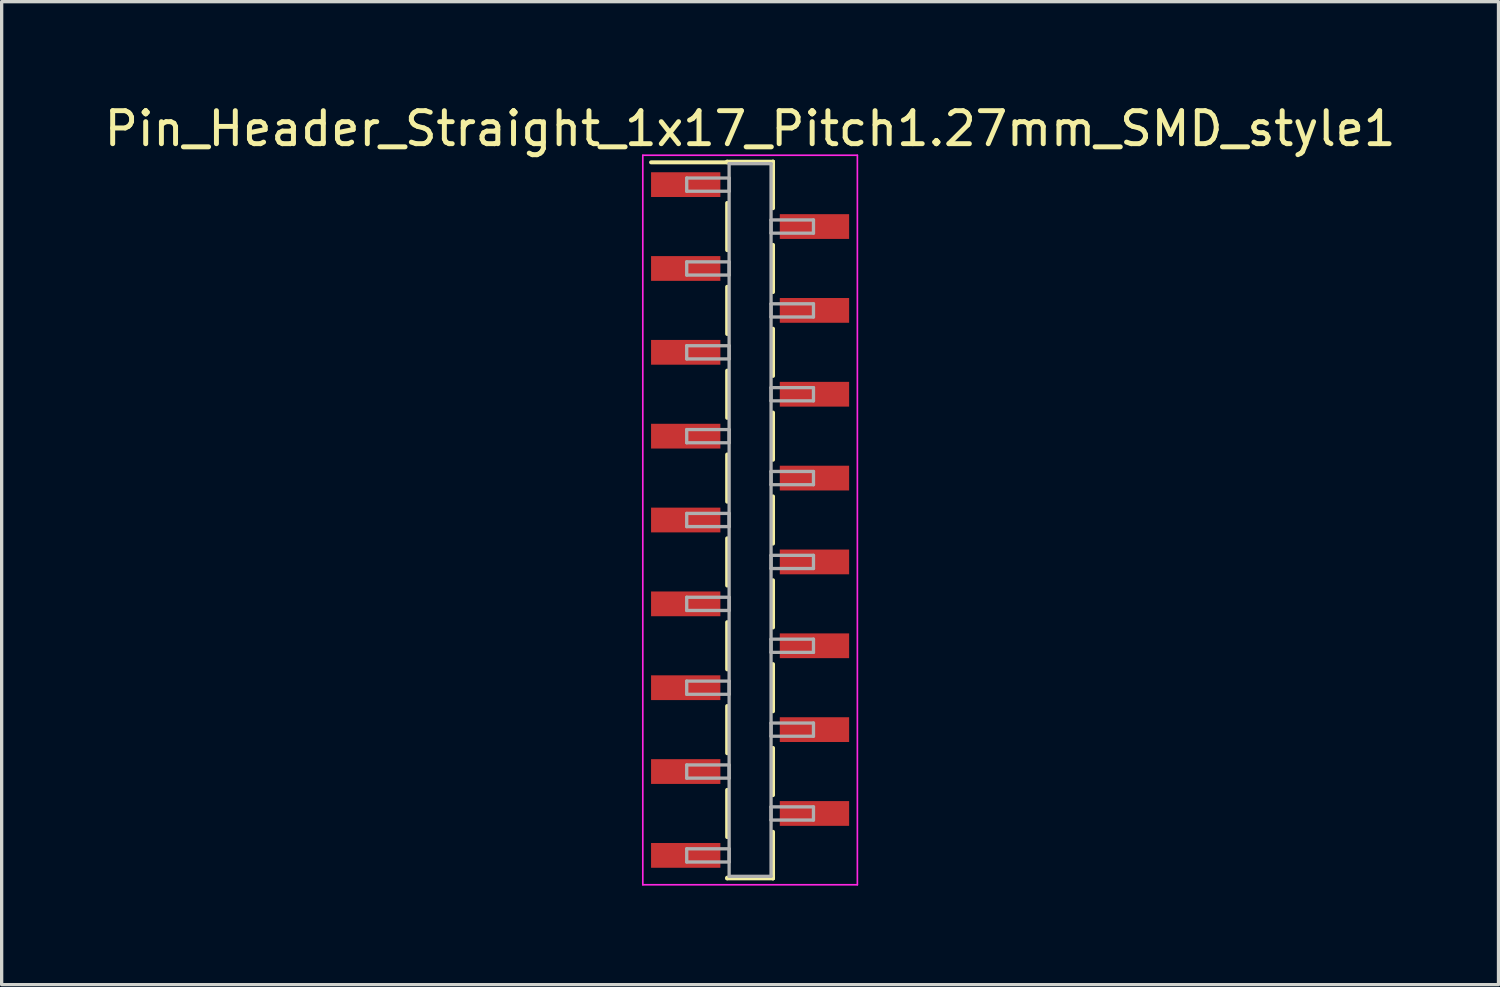
<source format=kicad_pcb>
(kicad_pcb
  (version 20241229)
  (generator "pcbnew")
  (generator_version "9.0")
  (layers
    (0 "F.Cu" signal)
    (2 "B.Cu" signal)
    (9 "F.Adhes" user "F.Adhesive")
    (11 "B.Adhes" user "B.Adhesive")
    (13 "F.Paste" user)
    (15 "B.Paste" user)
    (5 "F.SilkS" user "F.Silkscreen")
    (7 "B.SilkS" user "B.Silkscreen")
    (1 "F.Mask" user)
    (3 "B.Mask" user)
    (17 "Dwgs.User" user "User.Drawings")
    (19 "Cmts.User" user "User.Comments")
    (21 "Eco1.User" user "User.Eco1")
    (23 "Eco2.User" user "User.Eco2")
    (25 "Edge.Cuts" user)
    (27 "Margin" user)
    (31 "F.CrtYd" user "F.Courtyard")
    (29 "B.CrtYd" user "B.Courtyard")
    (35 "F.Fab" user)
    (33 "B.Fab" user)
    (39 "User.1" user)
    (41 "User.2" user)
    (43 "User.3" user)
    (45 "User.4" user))
  (footprint "Pin_Header_Straight_1x17_Pitch1.27mm_SMD_style1"
    (layer "F.Cu")
    (at 19.673 12.703)
    (property "Reference" "Pin_Header_Straight_1x17_Pitch1.27mm_SMD_style1" (at 0 -11.855 0) (layer "F.SilkS") (effects (font (size 1 1) (thickness 0.15))))
    (attr smd)
    (fp_line (start -0.695 -10.855) (end 0.695 -10.855) (stroke (width 0.12) (type solid)) (layer "F.SilkS"))
    (fp_line (start -0.695 -10.835) (end -3 -10.835) (stroke (width 0.12) (type solid)) (layer "F.SilkS"))
    (fp_line (start -0.695 -10.835) (end -0.695 -10.855) (stroke (width 0.12) (type solid)) (layer "F.SilkS"))
    (fp_line (start -0.695 -9.605) (end -0.695 -8.175) (stroke (width 0.12) (type solid)) (layer "F.SilkS"))
    (fp_line (start -0.695 -7.065) (end -0.695 -5.635) (stroke (width 0.12) (type solid)) (layer "F.SilkS"))
    (fp_line (start -0.695 -4.525) (end -0.695 -3.095) (stroke (width 0.12) (type solid)) (layer "F.SilkS"))
    (fp_line (start -0.695 -1.985) (end -0.695 -0.555) (stroke (width 0.12) (type solid)) (layer "F.SilkS"))
    (fp_line (start -0.695 0.555) (end -0.695 1.985) (stroke (width 0.12) (type solid)) (layer "F.SilkS"))
    (fp_line (start -0.695 3.095) (end -0.695 4.525) (stroke (width 0.12) (type solid)) (layer "F.SilkS"))
    (fp_line (start -0.695 5.635) (end -0.695 7.065) (stroke (width 0.12) (type solid)) (layer "F.SilkS"))
    (fp_line (start -0.695 8.175) (end -0.695 9.605) (stroke (width 0.12) (type solid)) (layer "F.SilkS"))
    (fp_line (start -0.695 10.835) (end -0.695 10.855) (stroke (width 0.12) (type solid)) (layer "F.SilkS"))
    (fp_line (start -0.695 10.855) (end 0.695 10.855) (stroke (width 0.12) (type solid)) (layer "F.SilkS"))
    (fp_line (start 0.695 -10.855) (end 0.695 -10.835) (stroke (width 0.12) (type solid)) (layer "F.SilkS"))
    (fp_line (start 0.695 -10.855) (end 0.695 -9.445) (stroke (width 0.12) (type solid)) (layer "F.SilkS"))
    (fp_line (start 0.695 -8.335) (end 0.695 -6.905) (stroke (width 0.12) (type solid)) (layer "F.SilkS"))
    (fp_line (start 0.695 -5.795) (end 0.695 -4.365) (stroke (width 0.12) (type solid)) (layer "F.SilkS"))
    (fp_line (start 0.695 -3.255) (end 0.695 -1.825) (stroke (width 0.12) (type solid)) (layer "F.SilkS"))
    (fp_line (start 0.695 -0.715) (end 0.695 0.715) (stroke (width 0.12) (type solid)) (layer "F.SilkS"))
    (fp_line (start 0.695 1.825) (end 0.695 3.255) (stroke (width 0.12) (type solid)) (layer "F.SilkS"))
    (fp_line (start 0.695 4.365) (end 0.695 5.795) (stroke (width 0.12) (type solid)) (layer "F.SilkS"))
    (fp_line (start 0.695 6.905) (end 0.695 8.335) (stroke (width 0.12) (type solid)) (layer "F.SilkS"))
    (fp_line (start 0.695 9.445) (end 0.695 10.855) (stroke (width 0.12) (type solid)) (layer "F.SilkS"))
    (fp_line (start 0.695 10.855) (end 0.695 10.835) (stroke (width 0.12) (type solid)) (layer "F.SilkS"))
    (fp_line (start -3.25 -11.05) (end -3.25 11.05) (stroke (width 0.05) (type solid)) (layer "F.CrtYd"))
    (fp_line (start -3.25 11.05) (end 3.25 11.05) (stroke (width 0.05) (type solid)) (layer "F.CrtYd"))
    (fp_line (start 3.25 -11.05) (end -3.25 -11.05) (stroke (width 0.05) (type solid)) (layer "F.CrtYd"))
    (fp_line (start 3.25 11.05) (end 3.25 -11.05) (stroke (width 0.05) (type solid)) (layer "F.CrtYd"))
    (fp_line (start -1.92 -10.36) (end -0.635 -10.36) (stroke (width 0.1) (type solid)) (layer "F.Fab"))
    (fp_line (start -1.92 -9.96) (end -1.92 -10.36) (stroke (width 0.1) (type solid)) (layer "F.Fab"))
    (fp_line (start -1.92 -7.82) (end -0.635 -7.82) (stroke (width 0.1) (type solid)) (layer "F.Fab"))
    (fp_line (start -1.92 -7.42) (end -1.92 -7.82) (stroke (width 0.1) (type solid)) (layer "F.Fab"))
    (fp_line (start -1.92 -5.28) (end -0.635 -5.28) (stroke (width 0.1) (type solid)) (layer "F.Fab"))
    (fp_line (start -1.92 -4.88) (end -1.92 -5.28) (stroke (width 0.1) (type solid)) (layer "F.Fab"))
    (fp_line (start -1.92 -2.74) (end -0.635 -2.74) (stroke (width 0.1) (type solid)) (layer "F.Fab"))
    (fp_line (start -1.92 -2.34) (end -1.92 -2.74) (stroke (width 0.1) (type solid)) (layer "F.Fab"))
    (fp_line (start -1.92 -0.2) (end -0.635 -0.2) (stroke (width 0.1) (type solid)) (layer "F.Fab"))
    (fp_line (start -1.92 0.2) (end -1.92 -0.2) (stroke (width 0.1) (type solid)) (layer "F.Fab"))
    (fp_line (start -1.92 2.34) (end -0.635 2.34) (stroke (width 0.1) (type solid)) (layer "F.Fab"))
    (fp_line (start -1.92 2.74) (end -1.92 2.34) (stroke (width 0.1) (type solid)) (layer "F.Fab"))
    (fp_line (start -1.92 4.88) (end -0.635 4.88) (stroke (width 0.1) (type solid)) (layer "F.Fab"))
    (fp_line (start -1.92 5.28) (end -1.92 4.88) (stroke (width 0.1) (type solid)) (layer "F.Fab"))
    (fp_line (start -1.92 7.42) (end -0.635 7.42) (stroke (width 0.1) (type solid)) (layer "F.Fab"))
    (fp_line (start -1.92 7.82) (end -1.92 7.42) (stroke (width 0.1) (type solid)) (layer "F.Fab"))
    (fp_line (start -1.92 9.96) (end -0.635 9.96) (stroke (width 0.1) (type solid)) (layer "F.Fab"))
    (fp_line (start -1.92 10.36) (end -1.92 9.96) (stroke (width 0.1) (type solid)) (layer "F.Fab"))
    (fp_line (start -0.635 -10.795) (end -0.635 10.795) (stroke (width 0.1) (type solid)) (layer "F.Fab"))
    (fp_line (start -0.635 -10.36) (end -0.635 -9.96) (stroke (width 0.1) (type solid)) (layer "F.Fab"))
    (fp_line (start -0.635 -9.96) (end -1.92 -9.96) (stroke (width 0.1) (type solid)) (layer "F.Fab"))
    (fp_line (start -0.635 -7.82) (end -0.635 -7.42) (stroke (width 0.1) (type solid)) (layer "F.Fab"))
    (fp_line (start -0.635 -7.42) (end -1.92 -7.42) (stroke (width 0.1) (type solid)) (layer "F.Fab"))
    (fp_line (start -0.635 -5.28) (end -0.635 -4.88) (stroke (width 0.1) (type solid)) (layer "F.Fab"))
    (fp_line (start -0.635 -4.88) (end -1.92 -4.88) (stroke (width 0.1) (type solid)) (layer "F.Fab"))
    (fp_line (start -0.635 -2.74) (end -0.635 -2.34) (stroke (width 0.1) (type solid)) (layer "F.Fab"))
    (fp_line (start -0.635 -2.34) (end -1.92 -2.34) (stroke (width 0.1) (type solid)) (layer "F.Fab"))
    (fp_line (start -0.635 -0.2) (end -0.635 0.2) (stroke (width 0.1) (type solid)) (layer "F.Fab"))
    (fp_line (start -0.635 0.2) (end -1.92 0.2) (stroke (width 0.1) (type solid)) (layer "F.Fab"))
    (fp_line (start -0.635 2.34) (end -0.635 2.74) (stroke (width 0.1) (type solid)) (layer "F.Fab"))
    (fp_line (start -0.635 2.74) (end -1.92 2.74) (stroke (width 0.1) (type solid)) (layer "F.Fab"))
    (fp_line (start -0.635 4.88) (end -0.635 5.28) (stroke (width 0.1) (type solid)) (layer "F.Fab"))
    (fp_line (start -0.635 5.28) (end -1.92 5.28) (stroke (width 0.1) (type solid)) (layer "F.Fab"))
    (fp_line (start -0.635 7.42) (end -0.635 7.82) (stroke (width 0.1) (type solid)) (layer "F.Fab"))
    (fp_line (start -0.635 7.82) (end -1.92 7.82) (stroke (width 0.1) (type solid)) (layer "F.Fab"))
    (fp_line (start -0.635 9.96) (end -0.635 10.36) (stroke (width 0.1) (type solid)) (layer "F.Fab"))
    (fp_line (start -0.635 10.36) (end -1.92 10.36) (stroke (width 0.1) (type solid)) (layer "F.Fab"))
    (fp_line (start -0.635 10.795) (end 0.635 10.795) (stroke (width 0.1) (type solid)) (layer "F.Fab"))
    (fp_line (start 0.635 -10.795) (end -0.635 -10.795) (stroke (width 0.1) (type solid)) (layer "F.Fab"))
    (fp_line (start 0.635 -9.09) (end 0.635 -8.69) (stroke (width 0.1) (type solid)) (layer "F.Fab"))
    (fp_line (start 0.635 -8.69) (end 1.92 -8.69) (stroke (width 0.1) (type solid)) (layer "F.Fab"))
    (fp_line (start 0.635 -6.55) (end 0.635 -6.15) (stroke (width 0.1) (type solid)) (layer "F.Fab"))
    (fp_line (start 0.635 -6.15) (end 1.92 -6.15) (stroke (width 0.1) (type solid)) (layer "F.Fab"))
    (fp_line (start 0.635 -4.01) (end 0.635 -3.61) (stroke (width 0.1) (type solid)) (layer "F.Fab"))
    (fp_line (start 0.635 -3.61) (end 1.92 -3.61) (stroke (width 0.1) (type solid)) (layer "F.Fab"))
    (fp_line (start 0.635 -1.47) (end 0.635 -1.07) (stroke (width 0.1) (type solid)) (layer "F.Fab"))
    (fp_line (start 0.635 -1.07) (end 1.92 -1.07) (stroke (width 0.1) (type solid)) (layer "F.Fab"))
    (fp_line (start 0.635 1.07) (end 0.635 1.47) (stroke (width 0.1) (type solid)) (layer "F.Fab"))
    (fp_line (start 0.635 1.47) (end 1.92 1.47) (stroke (width 0.1) (type solid)) (layer "F.Fab"))
    (fp_line (start 0.635 3.61) (end 0.635 4.01) (stroke (width 0.1) (type solid)) (layer "F.Fab"))
    (fp_line (start 0.635 4.01) (end 1.92 4.01) (stroke (width 0.1) (type solid)) (layer "F.Fab"))
    (fp_line (start 0.635 6.15) (end 0.635 6.55) (stroke (width 0.1) (type solid)) (layer "F.Fab"))
    (fp_line (start 0.635 6.55) (end 1.92 6.55) (stroke (width 0.1) (type solid)) (layer "F.Fab"))
    (fp_line (start 0.635 8.69) (end 0.635 9.09) (stroke (width 0.1) (type solid)) (layer "F.Fab"))
    (fp_line (start 0.635 9.09) (end 1.92 9.09) (stroke (width 0.1) (type solid)) (layer "F.Fab"))
    (fp_line (start 0.635 10.795) (end 0.635 -10.795) (stroke (width 0.1) (type solid)) (layer "F.Fab"))
    (fp_line (start 1.92 -9.09) (end 0.635 -9.09) (stroke (width 0.1) (type solid)) (layer "F.Fab"))
    (fp_line (start 1.92 -8.69) (end 1.92 -9.09) (stroke (width 0.1) (type solid)) (layer "F.Fab"))
    (fp_line (start 1.92 -6.55) (end 0.635 -6.55) (stroke (width 0.1) (type solid)) (layer "F.Fab"))
    (fp_line (start 1.92 -6.15) (end 1.92 -6.55) (stroke (width 0.1) (type solid)) (layer "F.Fab"))
    (fp_line (start 1.92 -4.01) (end 0.635 -4.01) (stroke (width 0.1) (type solid)) (layer "F.Fab"))
    (fp_line (start 1.92 -3.61) (end 1.92 -4.01) (stroke (width 0.1) (type solid)) (layer "F.Fab"))
    (fp_line (start 1.92 -1.47) (end 0.635 -1.47) (stroke (width 0.1) (type solid)) (layer "F.Fab"))
    (fp_line (start 1.92 -1.07) (end 1.92 -1.47) (stroke (width 0.1) (type solid)) (layer "F.Fab"))
    (fp_line (start 1.92 1.07) (end 0.635 1.07) (stroke (width 0.1) (type solid)) (layer "F.Fab"))
    (fp_line (start 1.92 1.47) (end 1.92 1.07) (stroke (width 0.1) (type solid)) (layer "F.Fab"))
    (fp_line (start 1.92 3.61) (end 0.635 3.61) (stroke (width 0.1) (type solid)) (layer "F.Fab"))
    (fp_line (start 1.92 4.01) (end 1.92 3.61) (stroke (width 0.1) (type solid)) (layer "F.Fab"))
    (fp_line (start 1.92 6.15) (end 0.635 6.15) (stroke (width 0.1) (type solid)) (layer "F.Fab"))
    (fp_line (start 1.92 6.55) (end 1.92 6.15) (stroke (width 0.1) (type solid)) (layer "F.Fab"))
    (fp_line (start 1.92 8.69) (end 0.635 8.69) (stroke (width 0.1) (type solid)) (layer "F.Fab"))
    (fp_line (start 1.92 9.09) (end 1.92 8.69) (stroke (width 0.1) (type solid)) (layer "F.Fab"))
    (pad "1" smd rect (at -1.95 -10.16) (size 2.1 0.75) (layers "F.Cu" "F.Mask"))
    (pad "2" smd rect (at 1.95 -8.89) (size 2.1 0.75) (layers "F.Cu" "F.Mask"))
    (pad "3" smd rect (at -1.95 -7.62) (size 2.1 0.75) (layers "F.Cu" "F.Mask"))
    (pad "4" smd rect (at 1.95 -6.35) (size 2.1 0.75) (layers "F.Cu" "F.Mask"))
    (pad "5" smd rect (at -1.95 -5.08) (size 2.1 0.75) (layers "F.Cu" "F.Mask"))
    (pad "6" smd rect (at 1.95 -3.81) (size 2.1 0.75) (layers "F.Cu" "F.Mask"))
    (pad "7" smd rect (at -1.95 -2.54) (size 2.1 0.75) (layers "F.Cu" "F.Mask"))
    (pad "8" smd rect (at 1.95 -1.27) (size 2.1 0.75) (layers "F.Cu" "F.Mask"))
    (pad "9" smd rect (at -1.95 0) (size 2.1 0.75) (layers "F.Cu" "F.Mask"))
    (pad "10" smd rect (at 1.95 1.27) (size 2.1 0.75) (layers "F.Cu" "F.Mask"))
    (pad "11" smd rect (at -1.95 2.54) (size 2.1 0.75) (layers "F.Cu" "F.Mask"))
    (pad "12" smd rect (at 1.95 3.81) (size 2.1 0.75) (layers "F.Cu" "F.Mask"))
    (pad "13" smd rect (at -1.95 5.08) (size 2.1 0.75) (layers "F.Cu" "F.Mask"))
    (pad "14" smd rect (at 1.95 6.35) (size 2.1 0.75) (layers "F.Cu" "F.Mask"))
    (pad "15" smd rect (at -1.95 7.62) (size 2.1 0.75) (layers "F.Cu" "F.Mask"))
    (pad "16" smd rect (at 1.95 8.89) (size 2.1 0.75) (layers "F.Cu" "F.Mask"))
    (pad "17" smd rect (at -1.95 10.16) (size 2.1 0.75) (layers "F.Cu" "F.Mask")))
  (gr_rect
    (start -3 -3)
    (end 42.345 26.778)
    (stroke (width 0.1) (type default))
    (fill no)
    (layer "Edge.Cuts")))
</source>
